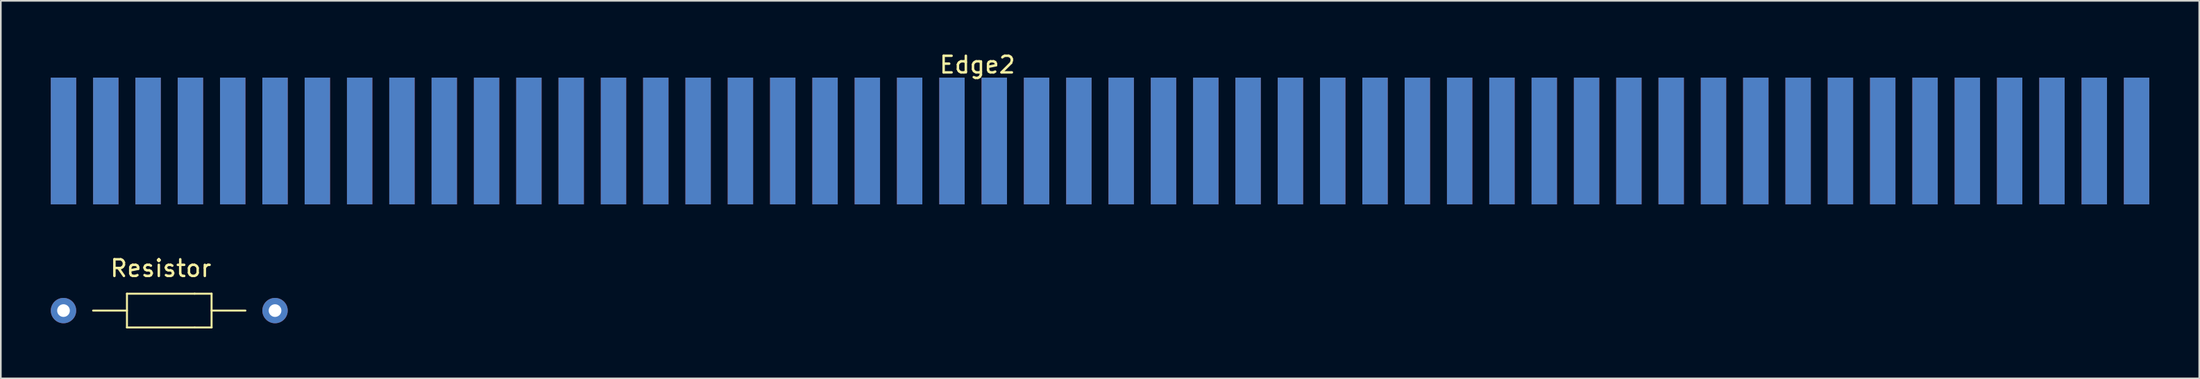
<source format=kicad_pcb>
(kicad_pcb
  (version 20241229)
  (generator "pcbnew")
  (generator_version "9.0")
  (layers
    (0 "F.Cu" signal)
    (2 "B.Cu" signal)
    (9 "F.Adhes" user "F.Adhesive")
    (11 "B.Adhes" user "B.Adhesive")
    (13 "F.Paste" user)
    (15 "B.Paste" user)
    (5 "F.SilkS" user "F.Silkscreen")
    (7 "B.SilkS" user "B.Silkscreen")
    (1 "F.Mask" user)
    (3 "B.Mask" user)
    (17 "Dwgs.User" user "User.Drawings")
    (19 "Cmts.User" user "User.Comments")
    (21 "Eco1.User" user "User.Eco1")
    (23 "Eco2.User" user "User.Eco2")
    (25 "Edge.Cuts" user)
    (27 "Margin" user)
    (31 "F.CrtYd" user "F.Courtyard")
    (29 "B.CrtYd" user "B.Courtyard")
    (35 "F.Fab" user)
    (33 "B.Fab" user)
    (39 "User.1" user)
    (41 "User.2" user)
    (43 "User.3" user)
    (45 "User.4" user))
  (footprint "Edge2"
    (layer "F.Cu")
    (at 55.626 0.348)
    (property "Reference" "Edge2" (at 0 0.5 0) (layer "F.SilkS") (effects (font (size 1 1) (thickness 0.15))))
    (attr through_hole)
    (pad "1" smd rect (at -54.864 5.08) (size 1.524 7.62) (layers "F.Cu" "F.Mask" "F.Paste"))
    (pad "2" smd rect (at -54.864 5.08) (size 1.524 7.62) (layers "B.Cu" "B.Mask" "B.Paste"))
    (pad "3" smd rect (at -52.324 5.08) (size 1.524 7.62) (layers "F.Cu" "F.Mask" "F.Paste"))
    (pad "4" smd rect (at -52.324 5.08) (size 1.524 7.62) (layers "B.Cu" "B.Mask" "B.Paste"))
    (pad "5" smd rect (at -49.784 5.08) (size 1.524 7.62) (layers "F.Cu" "F.Mask" "F.Paste"))
    (pad "6" smd rect (at -49.784 5.08) (size 1.524 7.62) (layers "B.Cu" "B.Mask" "B.Paste"))
    (pad "7" smd rect (at -47.244 5.08) (size 1.524 7.62) (layers "F.Cu" "F.Mask" "F.Paste"))
    (pad "8" smd rect (at -47.244 5.08) (size 1.524 7.62) (layers "B.Cu" "B.Mask" "B.Paste"))
    (pad "9" smd rect (at -44.704 5.08) (size 1.524 7.62) (layers "F.Cu" "F.Mask" "F.Paste"))
    (pad "10" smd rect (at -44.704 5.08) (size 1.524 7.62) (layers "B.Cu" "B.Mask" "B.Paste"))
    (pad "11" smd rect (at -42.164 5.08) (size 1.524 7.62) (layers "F.Cu" "F.Mask" "F.Paste"))
    (pad "12" smd rect (at -42.164 5.08) (size 1.524 7.62) (layers "B.Cu" "B.Mask" "B.Paste"))
    (pad "13" smd rect (at -39.624 5.08) (size 1.524 7.62) (layers "F.Cu" "F.Mask" "F.Paste"))
    (pad "14" smd rect (at -39.624 5.08) (size 1.524 7.62) (layers "B.Cu" "B.Mask" "B.Paste"))
    (pad "15" smd rect (at -37.084 5.08) (size 1.524 7.62) (layers "F.Cu" "F.Mask" "F.Paste"))
    (pad "16" smd rect (at -37.084 5.08) (size 1.524 7.62) (layers "B.Cu" "B.Mask" "B.Paste"))
    (pad "17" smd rect (at -34.544 5.08) (size 1.524 7.62) (layers "F.Cu" "F.Mask" "F.Paste"))
    (pad "18" smd rect (at -34.544 5.08) (size 1.524 7.62) (layers "B.Cu" "B.Mask" "B.Paste"))
    (pad "19" smd rect (at -32.004 5.08) (size 1.524 7.62) (layers "F.Cu" "F.Mask" "F.Paste"))
    (pad "20" smd rect (at -32.004 5.08) (size 1.524 7.62) (layers "B.Cu" "B.Mask" "B.Paste"))
    (pad "21" smd rect (at -29.464 5.08) (size 1.524 7.62) (layers "F.Cu" "F.Mask" "F.Paste"))
    (pad "22" smd rect (at -29.464 5.08) (size 1.524 7.62) (layers "B.Cu" "B.Mask" "B.Paste"))
    (pad "23" smd rect (at -26.924 5.08) (size 1.524 7.62) (layers "F.Cu" "F.Mask" "F.Paste"))
    (pad "24" smd rect (at -26.924 5.08) (size 1.524 7.62) (layers "B.Cu" "B.Mask" "B.Paste"))
    (pad "25" smd rect (at -24.384 5.08) (size 1.524 7.62) (layers "F.Cu" "F.Mask" "F.Paste"))
    (pad "26" smd rect (at -24.384 5.08) (size 1.524 7.62) (layers "B.Cu" "B.Mask" "B.Paste"))
    (pad "27" smd rect (at -21.844 5.08) (size 1.524 7.62) (layers "F.Cu" "F.Mask" "F.Paste"))
    (pad "28" smd rect (at -21.844 5.08) (size 1.524 7.62) (layers "B.Cu" "B.Mask" "B.Paste"))
    (pad "29" smd rect (at -19.304 5.08) (size 1.524 7.62) (layers "F.Cu" "F.Mask" "F.Paste"))
    (pad "30" smd rect (at -19.304 5.08) (size 1.524 7.62) (layers "B.Cu" "B.Mask" "B.Paste"))
    (pad "31" smd rect (at -16.764 5.08) (size 1.524 7.62) (layers "F.Cu" "F.Mask" "F.Paste"))
    (pad "32" smd rect (at -16.764 5.08) (size 1.524 7.62) (layers "B.Cu" "B.Mask" "B.Paste"))
    (pad "33" smd rect (at -14.224 5.08) (size 1.524 7.62) (layers "F.Cu" "F.Mask" "F.Paste"))
    (pad "34" smd rect (at -14.224 5.08) (size 1.524 7.62) (layers "B.Cu" "B.Mask" "B.Paste"))
    (pad "35" smd rect (at -11.684 5.08) (size 1.524 7.62) (layers "F.Cu" "F.Mask" "F.Paste"))
    (pad "36" smd rect (at -11.684 5.08) (size 1.524 7.62) (layers "B.Cu" "B.Mask" "B.Paste"))
    (pad "37" smd rect (at -9.144 5.08) (size 1.524 7.62) (layers "F.Cu" "F.Mask" "F.Paste"))
    (pad "38" smd rect (at -9.144 5.08) (size 1.524 7.62) (layers "B.Cu" "B.Mask" "B.Paste"))
    (pad "39" smd rect (at -6.604 5.08) (size 1.524 7.62) (layers "F.Cu" "F.Mask" "F.Paste"))
    (pad "40" smd rect (at -6.604 5.08) (size 1.524 7.62) (layers "B.Cu" "B.Mask" "B.Paste"))
    (pad "41" smd rect (at -4.064 5.08) (size 1.524 7.62) (layers "F.Cu" "F.Mask" "F.Paste"))
    (pad "42" smd rect (at -4.064 5.08) (size 1.524 7.62) (layers "B.Cu" "B.Mask" "B.Paste"))
    (pad "43" smd rect (at -1.524 5.08) (size 1.524 7.62) (layers "F.Cu" "F.Mask" "F.Paste"))
    (pad "44" smd rect (at -1.524 5.08) (size 1.524 7.62) (layers "B.Cu" "B.Mask" "B.Paste"))
    (pad "45" smd rect (at 1.016 5.08) (size 1.524 7.62) (layers "F.Cu" "F.Mask" "F.Paste"))
    (pad "46" smd rect (at 1.016 5.08) (size 1.524 7.62) (layers "B.Cu" "B.Mask" "B.Paste"))
    (pad "47" smd rect (at 3.556 5.08) (size 1.524 7.62) (layers "F.Cu" "F.Mask" "F.Paste"))
    (pad "48" smd rect (at 3.556 5.08) (size 1.524 7.62) (layers "B.Cu" "B.Mask" "B.Paste"))
    (pad "49" smd rect (at 6.096 5.08) (size 1.524 7.62) (layers "F.Cu" "F.Mask" "F.Paste"))
    (pad "50" smd rect (at 6.096 5.08) (size 1.524 7.62) (layers "B.Cu" "B.Mask" "B.Paste"))
    (pad "51" smd rect (at 8.636 5.08) (size 1.524 7.62) (layers "F.Cu" "F.Mask" "F.Paste"))
    (pad "52" smd rect (at 8.636 5.08) (size 1.524 7.62) (layers "B.Cu" "B.Mask" "B.Paste"))
    (pad "53" smd rect (at 11.176 5.08) (size 1.524 7.62) (layers "F.Cu" "F.Mask" "F.Paste"))
    (pad "54" smd rect (at 11.176 5.08) (size 1.524 7.62) (layers "B.Cu" "B.Mask" "B.Paste"))
    (pad "55" smd rect (at 13.716 5.08) (size 1.524 7.62) (layers "F.Cu" "F.Mask" "F.Paste"))
    (pad "56" smd rect (at 13.716 5.08) (size 1.524 7.62) (layers "B.Cu" "B.Mask" "B.Paste"))
    (pad "57" smd rect (at 16.256 5.08) (size 1.524 7.62) (layers "F.Cu" "F.Mask" "F.Paste"))
    (pad "58" smd rect (at 16.256 5.08) (size 1.524 7.62) (layers "B.Cu" "B.Mask" "B.Paste"))
    (pad "59" smd rect (at 18.796 5.08) (size 1.524 7.62) (layers "F.Cu" "F.Mask" "F.Paste"))
    (pad "60" smd rect (at 18.796 5.08) (size 1.524 7.62) (layers "B.Cu" "B.Mask" "B.Paste"))
    (pad "61" smd rect (at 21.336 5.08) (size 1.524 7.62) (layers "F.Cu" "F.Mask" "F.Paste"))
    (pad "62" smd rect (at 21.336 5.08) (size 1.524 7.62) (layers "B.Cu" "B.Mask" "B.Paste"))
    (pad "63" smd rect (at 23.876 5.08) (size 1.524 7.62) (layers "F.Cu" "F.Mask" "F.Paste"))
    (pad "64" smd rect (at 23.876 5.08) (size 1.524 7.62) (layers "B.Cu" "B.Mask" "B.Paste"))
    (pad "65" smd rect (at 26.416 5.08) (size 1.524 7.62) (layers "F.Cu" "F.Mask" "F.Paste"))
    (pad "66" smd rect (at 26.416 5.08) (size 1.524 7.62) (layers "B.Cu" "B.Mask" "B.Paste"))
    (pad "67" smd rect (at 28.956 5.08) (size 1.524 7.62) (layers "F.Cu" "F.Mask" "F.Paste"))
    (pad "68" smd rect (at 28.956 5.08) (size 1.524 7.62) (layers "B.Cu" "B.Mask" "B.Paste"))
    (pad "69" smd rect (at 31.496 5.08) (size 1.524 7.62) (layers "F.Cu" "F.Mask" "F.Paste"))
    (pad "70" smd rect (at 31.496 5.08) (size 1.524 7.62) (layers "B.Cu" "B.Mask" "B.Paste"))
    (pad "71" smd rect (at 34.036 5.08) (size 1.524 7.62) (layers "F.Cu" "F.Mask" "F.Paste"))
    (pad "72" smd rect (at 34.036 5.08) (size 1.524 7.62) (layers "B.Cu" "B.Mask" "B.Paste"))
    (pad "73" smd rect (at 36.576 5.08) (size 1.524 7.62) (layers "F.Cu" "F.Mask" "F.Paste"))
    (pad "74" smd rect (at 36.576 5.08) (size 1.524 7.62) (layers "B.Cu" "B.Mask" "B.Paste"))
    (pad "75" smd rect (at 39.116 5.08) (size 1.524 7.62) (layers "F.Cu" "F.Mask" "F.Paste"))
    (pad "76" smd rect (at 39.116 5.08) (size 1.524 7.62) (layers "B.Cu" "B.Mask" "B.Paste"))
    (pad "77" smd rect (at 41.656 5.08) (size 1.524 7.62) (layers "F.Cu" "F.Mask" "F.Paste"))
    (pad "78" smd rect (at 41.656 5.08) (size 1.524 7.62) (layers "B.Cu" "B.Mask" "B.Paste"))
    (pad "79" smd rect (at 44.196 5.08) (size 1.524 7.62) (layers "F.Cu" "F.Mask" "F.Paste"))
    (pad "80" smd rect (at 44.196 5.08) (size 1.524 7.62) (layers "B.Cu" "B.Mask" "B.Paste"))
    (pad "81" smd rect (at 46.736 5.08) (size 1.524 7.62) (layers "F.Cu" "F.Mask" "F.Paste"))
    (pad "82" smd rect (at 46.736 5.08) (size 1.524 7.62) (layers "B.Cu" "B.Mask" "B.Paste"))
    (pad "83" smd rect (at 49.276 5.08) (size 1.524 7.62) (layers "F.Cu" "F.Mask" "F.Paste"))
    (pad "84" smd rect (at 49.276 5.08) (size 1.524 7.62) (layers "B.Cu" "B.Mask" "B.Paste"))
    (pad "85" smd rect (at 51.816 5.08) (size 1.524 7.62) (layers "F.Cu" "F.Mask" "F.Paste"))
    (pad "86" smd rect (at 51.816 5.08) (size 1.524 7.62) (layers "B.Cu" "B.Mask" "B.Paste"))
    (pad "87" smd rect (at 54.356 5.08) (size 1.524 7.62) (layers "F.Cu" "F.Mask" "F.Paste"))
    (pad "88" smd rect (at 54.356 5.08) (size 1.524 7.62) (layers "B.Cu" "B.Mask" "B.Paste"))
    (pad "89" smd rect (at 56.896 5.08) (size 1.524 7.62) (layers "F.Cu" "F.Mask" "F.Paste"))
    (pad "90" smd rect (at 56.896 5.08) (size 1.524 7.62) (layers "B.Cu" "B.Mask" "B.Paste"))
    (pad "91" smd rect (at 59.436 5.08) (size 1.524 7.62) (layers "F.Cu" "F.Mask" "F.Paste"))
    (pad "92" smd rect (at 59.436 5.08) (size 1.524 7.62) (layers "B.Cu" "B.Mask" "B.Paste"))
    (pad "93" smd rect (at 61.976 5.08) (size 1.524 7.62) (layers "F.Cu" "F.Mask" "F.Paste"))
    (pad "94" smd rect (at 61.976 5.08) (size 1.524 7.62) (layers "B.Cu" "B.Mask" "B.Paste"))
    (pad "95" smd rect (at 64.516 5.08) (size 1.524 7.62) (layers "F.Cu" "F.Mask" "F.Paste"))
    (pad "96" smd rect (at 64.516 5.08) (size 1.524 7.62) (layers "B.Cu" "B.Mask" "B.Paste"))
    (pad "97" smd rect (at 67.056 5.08) (size 1.524 7.62) (layers "F.Cu" "F.Mask" "F.Paste"))
    (pad "98" smd rect (at 67.056 5.08) (size 1.524 7.62) (layers "B.Cu" "B.Mask" "B.Paste"))
    (pad "99" smd rect (at 69.596 5.08) (size 1.524 7.62) (layers "F.Cu" "F.Mask" "F.Paste"))
    (pad "100" smd rect (at 69.596 5.08) (size 1.524 7.62) (layers "B.Cu" "B.Mask" "B.Paste")))
  (footprint "Resistor"
    (layer "F.Cu")
    (at 7.112 15.627)
    (property "Reference" "Resistor" (at -0.508 -2.54 0) (layer "F.SilkS") (effects (font (size 1 1) (thickness 0.15))))
    (attr through_hole)
    (fp_line (start -2.54 -1.016) (end -2.54 1.016) (stroke (width 0.12) (type solid)) (layer "F.SilkS"))
    (fp_line (start -2.54 0) (end -4.572 0) (stroke (width 0.12) (type solid)) (layer "F.SilkS"))
    (fp_line (start -2.54 1.016) (end 1.524 1.016) (stroke (width 0.12) (type solid)) (layer "F.SilkS"))
    (fp_line (start 1.524 -1.016) (end -2.54 -1.016) (stroke (width 0.12) (type solid)) (layer "F.SilkS"))
    (fp_line (start 1.524 -1.016) (end 2.54 -1.016) (stroke (width 0.12) (type solid)) (layer "F.SilkS"))
    (fp_line (start 2.54 0) (end 4.572 0) (stroke (width 0.12) (type solid)) (layer "F.SilkS"))
    (fp_line (start 2.54 1.016) (end 1.524 1.016) (stroke (width 0.12) (type solid)) (layer "F.SilkS"))
    (fp_line (start 2.54 1.016) (end 2.54 -1.016) (stroke (width 0.12) (type solid)) (layer "F.SilkS"))
    (pad "1" thru_hole circle (at -6.35 0) (size 1.524 1.524) (drill 0.762) (layers "*.Cu" "*.Mask"))
    (pad "2" thru_hole circle (at 6.35 0) (size 1.524 1.524) (drill 0.762) (layers "*.Cu" "*.Mask")))
  (gr_rect
    (start -3 -3)
    (end 128.984 19.703)
    (stroke (width 0.1) (type default))
    (fill no)
    (layer "Edge.Cuts")))
</source>
